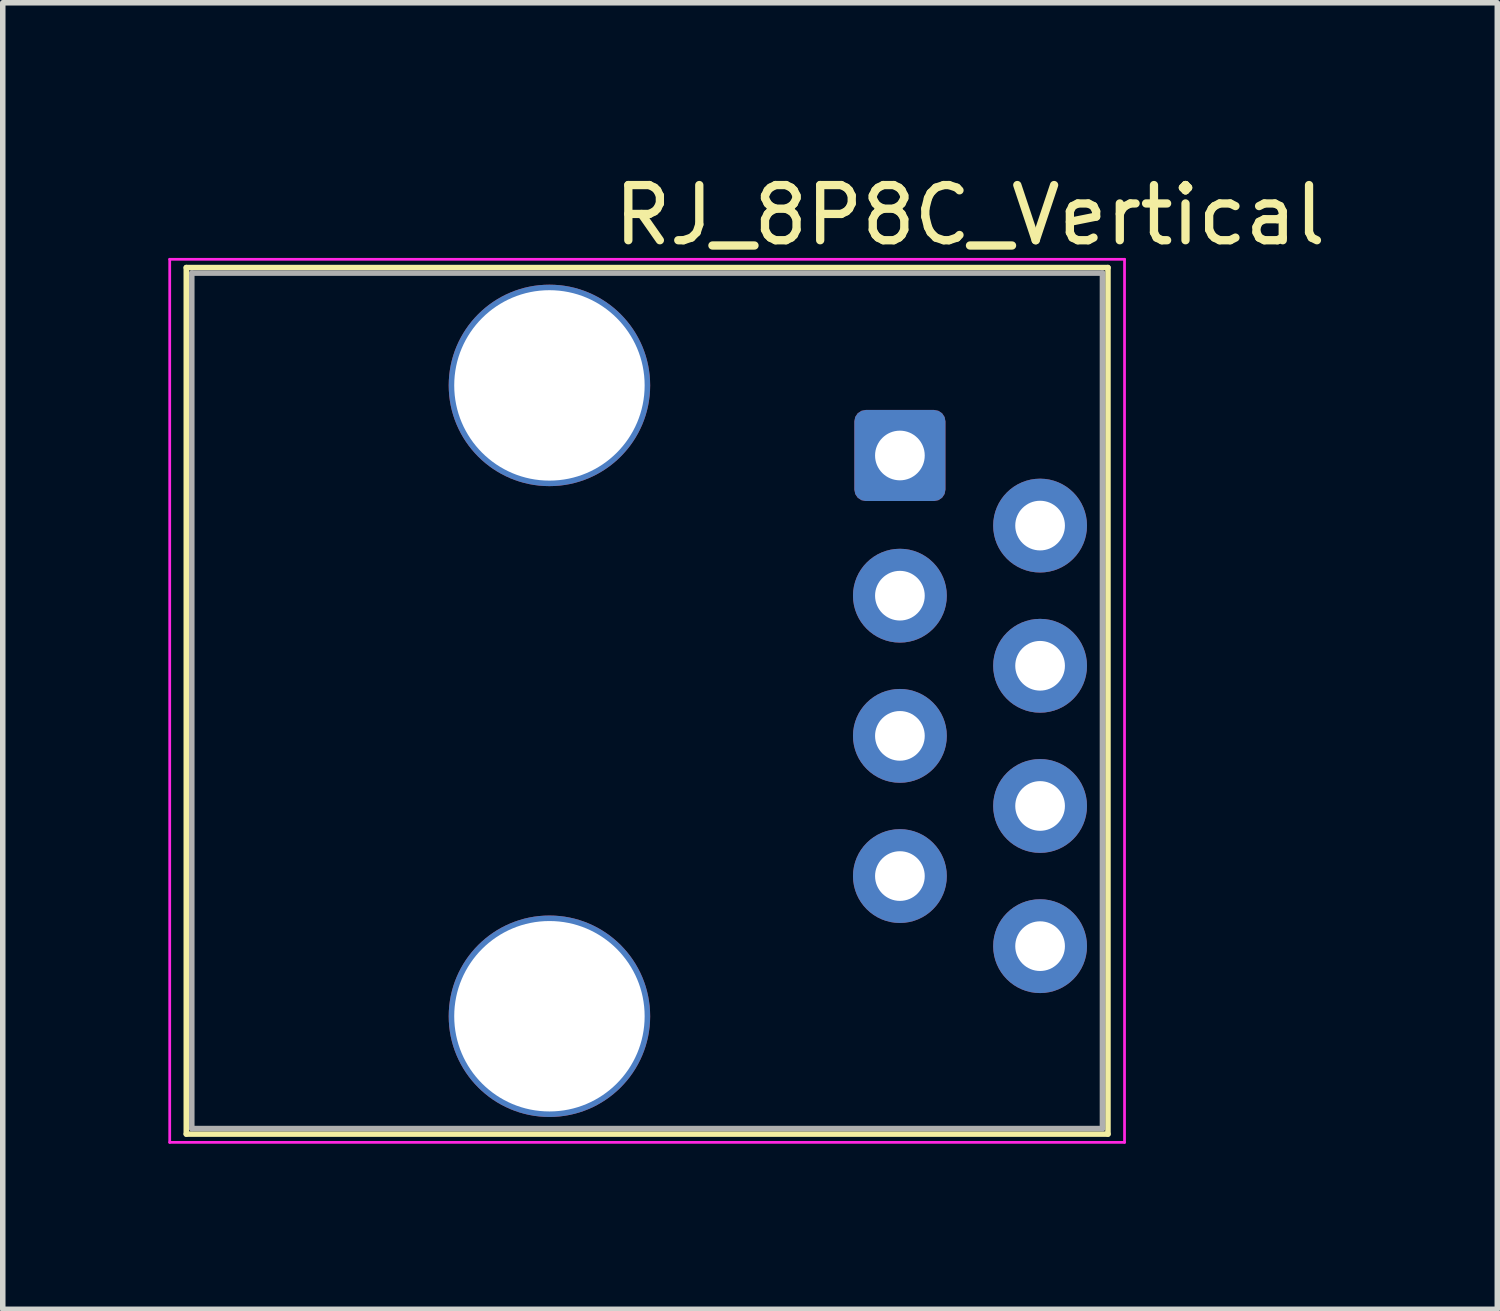
<source format=kicad_pcb>
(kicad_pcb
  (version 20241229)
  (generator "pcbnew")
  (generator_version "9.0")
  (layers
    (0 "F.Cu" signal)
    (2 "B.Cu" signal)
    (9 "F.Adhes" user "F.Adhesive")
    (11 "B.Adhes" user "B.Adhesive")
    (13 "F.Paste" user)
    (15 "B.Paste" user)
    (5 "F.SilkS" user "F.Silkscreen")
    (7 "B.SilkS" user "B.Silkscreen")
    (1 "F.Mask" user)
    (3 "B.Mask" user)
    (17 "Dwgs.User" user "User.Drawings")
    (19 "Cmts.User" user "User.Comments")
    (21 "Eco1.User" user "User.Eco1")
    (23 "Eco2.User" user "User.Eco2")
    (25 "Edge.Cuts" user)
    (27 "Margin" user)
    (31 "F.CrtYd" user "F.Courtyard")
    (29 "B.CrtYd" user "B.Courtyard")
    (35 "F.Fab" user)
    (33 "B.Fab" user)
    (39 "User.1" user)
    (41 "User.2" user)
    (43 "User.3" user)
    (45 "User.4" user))
  (footprint "RJ_8P8C_Vertical"
    (layer "F.Cu")
    (at 14.525 9.648)
    (property "Reference" "RJ_8P8C_Vertical" (at 0 -8.8 0) (layer "F.SilkS") (effects (font (size 1 1) (thickness 0.15))))
    (attr through_hole)
    (fp_line (start -14.2 -7.85) (end -14.2 7.85) (stroke (width 0.1) (type solid)) (layer "F.SilkS"))
    (fp_line (start -14.2 -7.85) (end 2.5 -7.85) (stroke (width 0.1) (type solid)) (layer "F.SilkS"))
    (fp_line (start -14.2 7.85) (end 2.5 7.85) (stroke (width 0.1) (type solid)) (layer "F.SilkS"))
    (fp_line (start 2.5 -7.85) (end 2.5 7.85) (stroke (width 0.1) (type solid)) (layer "F.SilkS"))
    (fp_line (start -14.5 -8) (end -14.5 8) (stroke (width 0.05) (type solid)) (layer "F.CrtYd"))
    (fp_line (start 2.8 -8) (end -14.5 -8) (stroke (width 0.05) (type solid)) (layer "F.CrtYd"))
    (fp_line (start 2.8 -8) (end 2.8 8) (stroke (width 0.05) (type solid)) (layer "F.CrtYd"))
    (fp_line (start 2.8 8) (end -14.5 8) (stroke (width 0.05) (type solid)) (layer "F.CrtYd"))
    (fp_line (start -14.1 7.75) (end -14.1 -7.75) (stroke (width 0.1) (type solid)) (layer "F.Fab"))
    (fp_line (start 2.4 -7.75) (end -14.1 -7.75) (stroke (width 0.1) (type solid)) (layer "F.Fab"))
    (fp_line (start 2.4 7.75) (end -14.1 7.75) (stroke (width 0.1) (type solid)) (layer "F.Fab"))
    (fp_line (start 2.4 7.75) (end 2.4 -7.75) (stroke (width 0.1) (type solid)) (layer "F.Fab"))
    (pad "" np_thru_hole circle (at -7.62 -5.715 270) (size 3.65 3.65) (drill 3.45) (layers "*.Cu" "*.Mask"))
    (pad "" np_thru_hole circle (at -7.62 5.715 270) (size 3.65 3.65) (drill 3.45) (layers "*.Cu" "*.Mask"))
    (pad "1" thru_hole roundrect (at -1.27 -4.445 180) (size 1.65 1.65) (drill 0.9) (layers "*.Cu" "*.Mask") (roundrect_rratio 0.125))
    (pad "2" thru_hole circle (at 1.27 -3.175 180) (size 1.7 1.7) (drill 0.9) (layers "*.Cu" "*.Mask"))
    (pad "3" thru_hole circle (at -1.27 -1.905 180) (size 1.7 1.7) (drill 0.9) (layers "*.Cu" "*.Mask"))
    (pad "4" thru_hole circle (at 1.27 -0.635 180) (size 1.7 1.7) (drill 0.9) (layers "*.Cu" "*.Mask"))
    (pad "5" thru_hole circle (at -1.27 0.635 180) (size 1.7 1.7) (drill 0.9) (layers "*.Cu" "*.Mask"))
    (pad "6" thru_hole circle (at 1.27 1.905 180) (size 1.7 1.7) (drill 0.9) (layers "*.Cu" "*.Mask"))
    (pad "7" thru_hole circle (at -1.27 3.175 180) (size 1.7 1.7) (drill 0.9) (layers "*.Cu" "*.Mask"))
    (pad "8" thru_hole circle (at 1.27 4.445 180) (size 1.7 1.7) (drill 0.9) (layers "*.Cu" "*.Mask")))
  (gr_rect
    (start -3 -3)
    (end 24.079 20.673)
    (stroke (width 0.1) (type default))
    (fill no)
    (layer "Edge.Cuts")))
</source>
